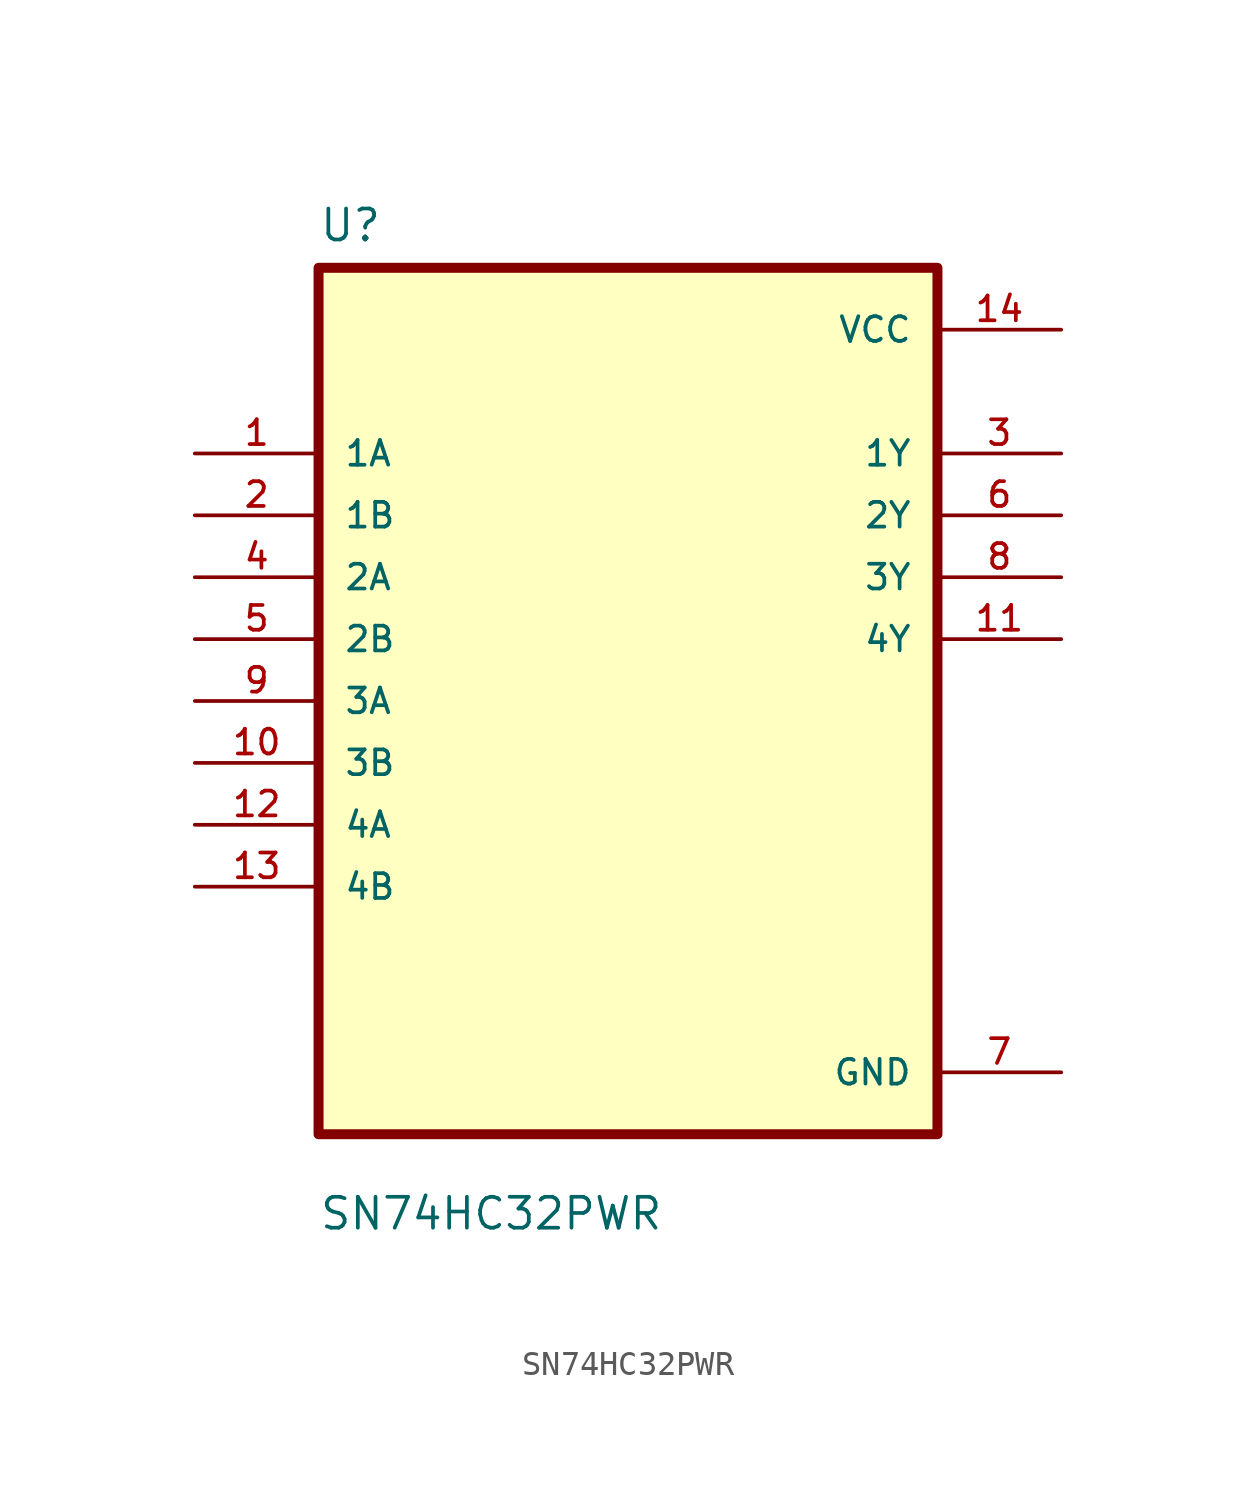
<source format=kicad_sym>
(kicad_symbol_lib
  (version 20231120)
  (generator "kicad_symbol_editor")
  (generator_version "8.0")
  (symbol "SN74HC32PWR"
    (pin_names
      (offset 1.016))
    (property "Reference" "U"
      (at -12.7 18.78 0)
      (effects (font (size 1.27 1.27)) (justify left bottom)))
    (property "Value" "SN74HC32PWR"
      (at -12.7 -21.78 0)
      (effects (font (size 1.27 1.27)) (justify left bottom)))
    (symbol "SN74HC32PWR_0_0"
      (rectangle (start -12.7 -17.78) (end 12.7 17.78) (stroke (width 0.41) (type default)) (fill (type background)))
      (pin input line (at -17.78 10.16 0) (length 5.08) (name "1A" (effects (font (size 1.016 1.016)))) (number "1" (effects (font (size 1.016 1.016)))))
      (pin input line (at -17.78 -2.54 0) (length 5.08) (name "3B" (effects (font (size 1.016 1.016)))) (number "10" (effects (font (size 1.016 1.016)))))
      (pin output line (at 17.78 2.54 180) (length 5.08) (name "4Y" (effects (font (size 1.016 1.016)))) (number "11" (effects (font (size 1.016 1.016)))))
      (pin input line (at -17.78 -5.08 0) (length 5.08) (name "4A" (effects (font (size 1.016 1.016)))) (number "12" (effects (font (size 1.016 1.016)))))
      (pin input line (at -17.78 -7.62 0) (length 5.08) (name "4B" (effects (font (size 1.016 1.016)))) (number "13" (effects (font (size 1.016 1.016)))))
      (pin power_in line (at 17.78 15.24 180) (length 5.08) (name "VCC" (effects (font (size 1.016 1.016)))) (number "14" (effects (font (size 1.016 1.016)))))
      (pin input line (at -17.78 7.62 0) (length 5.08) (name "1B" (effects (font (size 1.016 1.016)))) (number "2" (effects (font (size 1.016 1.016)))))
      (pin output line (at 17.78 10.16 180) (length 5.08) (name "1Y" (effects (font (size 1.016 1.016)))) (number "3" (effects (font (size 1.016 1.016)))))
      (pin input line (at -17.78 5.08 0) (length 5.08) (name "2A" (effects (font (size 1.016 1.016)))) (number "4" (effects (font (size 1.016 1.016)))))
      (pin input line (at -17.78 2.54 0) (length 5.08) (name "2B" (effects (font (size 1.016 1.016)))) (number "5" (effects (font (size 1.016 1.016)))))
      (pin output line (at 17.78 7.62 180) (length 5.08) (name "2Y" (effects (font (size 1.016 1.016)))) (number "6" (effects (font (size 1.016 1.016)))))
      (pin power_in line (at 17.78 -15.24 180) (length 5.08) (name "GND" (effects (font (size 1.016 1.016)))) (number "7" (effects (font (size 1.016 1.016)))))
      (pin output line (at 17.78 5.08 180) (length 5.08) (name "3Y" (effects (font (size 1.016 1.016)))) (number "8" (effects (font (size 1.016 1.016)))))
      (pin input line (at -17.78 0 0) (length 5.08) (name "3A" (effects (font (size 1.016 1.016)))) (number "9" (effects (font (size 1.016 1.016))))))))
</source>
